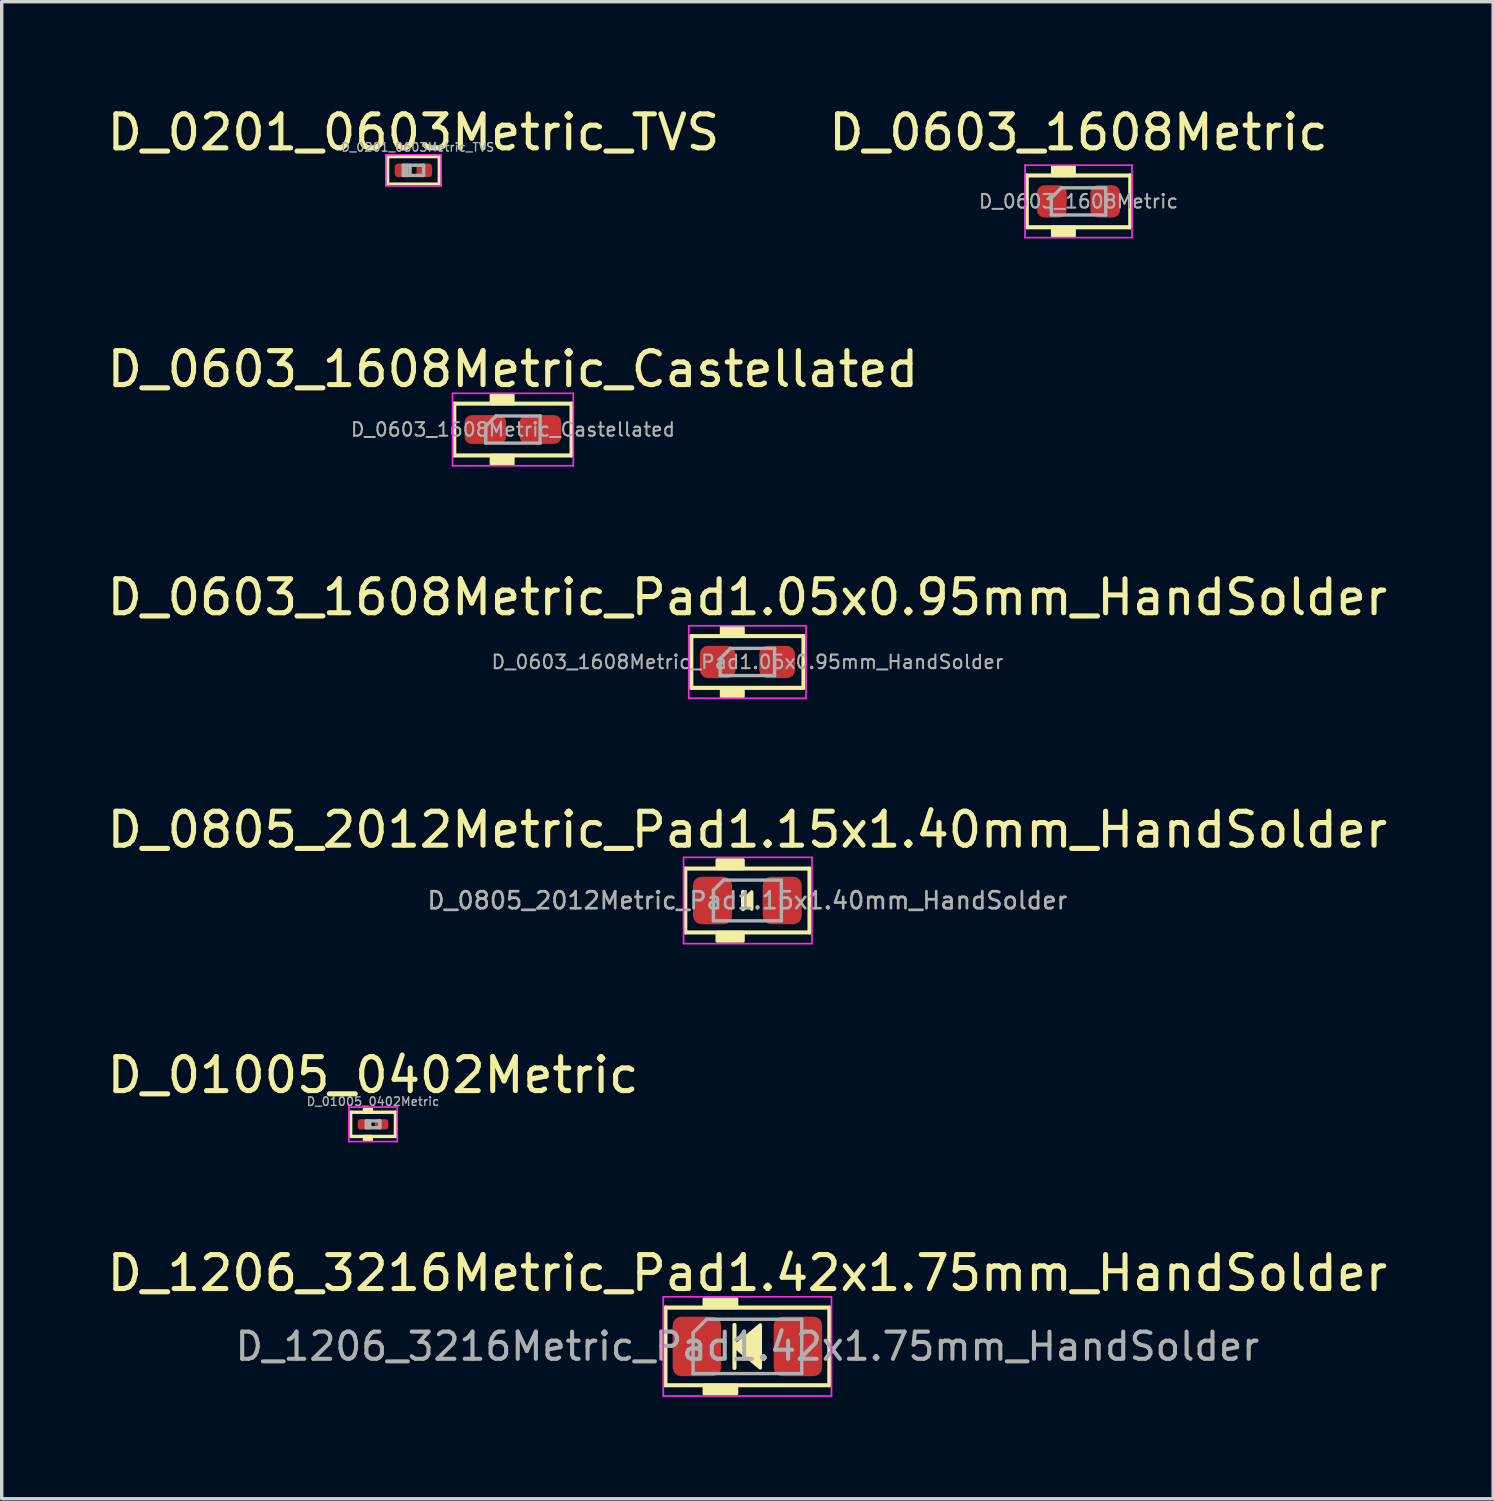
<source format=kicad_pcb>
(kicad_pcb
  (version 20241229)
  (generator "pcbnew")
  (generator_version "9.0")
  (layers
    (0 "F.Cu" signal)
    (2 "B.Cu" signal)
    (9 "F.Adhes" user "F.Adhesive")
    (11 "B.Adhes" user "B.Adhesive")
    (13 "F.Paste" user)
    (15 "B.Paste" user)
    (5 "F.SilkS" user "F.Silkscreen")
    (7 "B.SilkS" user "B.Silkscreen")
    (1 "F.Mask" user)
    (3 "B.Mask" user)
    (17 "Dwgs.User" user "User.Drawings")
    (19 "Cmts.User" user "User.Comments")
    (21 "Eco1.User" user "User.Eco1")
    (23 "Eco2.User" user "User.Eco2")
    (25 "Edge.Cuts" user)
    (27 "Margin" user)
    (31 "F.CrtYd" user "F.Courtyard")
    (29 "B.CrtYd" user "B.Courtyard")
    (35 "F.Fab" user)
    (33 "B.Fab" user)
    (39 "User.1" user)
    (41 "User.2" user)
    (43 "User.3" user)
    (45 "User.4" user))
  (footprint "D_01005_0402Metric"
    (layer "F.Cu")
    (at 7.935 30.057)
    (property "Reference" "D_01005_0402Metric" (at 0 -1.448 0) (layer "F.SilkS") (effects (font (size 1 1) (thickness 0.15))))
    (attr smd)
    (fp_line (start -0.66 -0.356) (end 0.66 -0.356) (stroke (width 0.1) (type solid)) (layer "F.SilkS"))
    (fp_line (start -0.66 0.356) (end -0.66 -0.356) (stroke (width 0.1) (type solid)) (layer "F.SilkS"))
    (fp_line (start 0.66 -0.356) (end 0.66 0.356) (stroke (width 0.1) (type solid)) (layer "F.SilkS"))
    (fp_line (start 0.66 0.356) (end -0.66 0.356) (stroke (width 0.1) (type solid)) (layer "F.SilkS"))
    (fp_poly (pts (xy -0.051 -0.356) (xy -0.254 -0.356) (xy -0.254 -0.457) (xy -0.051 -0.457)) (stroke (width 0.1) (type solid)) (fill yes) (layer "F.SilkS"))
    (fp_poly (pts (xy -0.051 0.457) (xy -0.254 0.457) (xy -0.254 0.356) (xy -0.051 0.356)) (stroke (width 0.1) (type solid)) (fill yes) (layer "F.SilkS"))
    (fp_line (start -0.711 -0.508) (end 0.711 -0.508) (stroke (width 0.05) (type solid)) (layer "F.CrtYd"))
    (fp_line (start -0.711 0.508) (end -0.711 -0.508) (stroke (width 0.05) (type solid)) (layer "F.CrtYd"))
    (fp_line (start 0.711 -0.508) (end 0.711 0.508) (stroke (width 0.05) (type solid)) (layer "F.CrtYd"))
    (fp_line (start 0.711 0.508) (end -0.711 0.508) (stroke (width 0.05) (type solid)) (layer "F.CrtYd"))
    (fp_line (start -0.2 -0.1) (end 0.2 -0.1) (stroke (width 0.1) (type solid)) (layer "F.Fab"))
    (fp_line (start -0.2 0.1) (end -0.2 -0.1) (stroke (width 0.1) (type solid)) (layer "F.Fab"))
    (fp_line (start -0.1 0.1) (end -0.1 -0.1) (stroke (width 0.1) (type solid)) (layer "F.Fab"))
    (fp_line (start 0.2 -0.1) (end 0.2 0.1) (stroke (width 0.1) (type solid)) (layer "F.Fab"))
    (fp_line (start 0.2 0.1) (end -0.2 0.1) (stroke (width 0.1) (type solid)) (layer "F.Fab"))
    (fp_text user "${REFERENCE}" (at 0 -0.671 0) (layer "F.Fab") (effects (font (size 0.25 0.25) (thickness 0.04))))
    (pad "" smd roundrect (at -0.275 0) (size 0.27 0.27) (layers "F.Paste") (roundrect_rratio 0.25))
    (pad "" smd roundrect (at 0.275 0) (size 0.27 0.27) (layers "F.Paste") (roundrect_rratio 0.25))
    (pad "1" smd roundrect (at -0.25 0) (size 0.4 0.3) (layers "F.Cu" "F.Mask") (roundrect_rratio 0.25))
    (pad "2" smd roundrect (at 0.25 0) (size 0.4 0.3) (layers "F.Cu" "F.Mask") (roundrect_rratio 0.25)))
  (footprint "D_0201_0603Metric_TVS"
    (layer "F.Cu")
    (at 9.125 1.966)
    (property "Reference" "D_0201_0603Metric_TVS" (at 0 -1.118 0) (layer "F.SilkS") (effects (font (size 1 1) (thickness 0.15))))
    (attr smd)
    (fp_line (start -0.762 -0.406) (end 0.762 -0.406) (stroke (width 0.1) (type solid)) (layer "F.SilkS"))
    (fp_line (start -0.762 0.406) (end -0.762 -0.406) (stroke (width 0.1) (type solid)) (layer "F.SilkS"))
    (fp_line (start 0.762 -0.406) (end 0.762 0.406) (stroke (width 0.1) (type solid)) (layer "F.SilkS"))
    (fp_line (start 0.762 0.406) (end -0.762 0.406) (stroke (width 0.1) (type solid)) (layer "F.SilkS"))
    (fp_line (start -0.813 -0.457) (end 0.813 -0.457) (stroke (width 0.05) (type solid)) (layer "F.CrtYd"))
    (fp_line (start -0.813 0.457) (end -0.813 -0.457) (stroke (width 0.05) (type solid)) (layer "F.CrtYd"))
    (fp_line (start 0.813 0.457) (end -0.813 0.457) (stroke (width 0.05) (type solid)) (layer "F.CrtYd"))
    (fp_line (start 0.813 0.457) (end 0.813 -0.457) (stroke (width 0.05) (type solid)) (layer "F.CrtYd"))
    (fp_line (start -0.3 -0.15) (end 0.3 -0.15) (stroke (width 0.1) (type solid)) (layer "F.Fab"))
    (fp_line (start -0.3 0.15) (end -0.3 -0.15) (stroke (width 0.1) (type solid)) (layer "F.Fab"))
    (fp_line (start -0.2 0.15) (end -0.2 -0.15) (stroke (width 0.1) (type solid)) (layer "F.Fab"))
    (fp_line (start -0.1 0.15) (end -0.1 -0.15) (stroke (width 0.1) (type solid)) (layer "F.Fab"))
    (fp_line (start 0.3 -0.15) (end 0.3 0.15) (stroke (width 0.1) (type solid)) (layer "F.Fab"))
    (fp_line (start 0.3 0.15) (end -0.3 0.15) (stroke (width 0.1) (type solid)) (layer "F.Fab"))
    (fp_text user "${REFERENCE}" (at 0.127 -0.68 0) (layer "F.Fab") (effects (font (size 0.25 0.25) (thickness 0.04))))
    (pad "" smd roundrect (at -0.345 0) (size 0.318 0.36) (layers "F.Paste") (roundrect_rratio 0.25))
    (pad "" smd roundrect (at 0.345 0) (size 0.318 0.36) (layers "F.Paste") (roundrect_rratio 0.25))
    (pad "1" smd roundrect (at -0.32 0) (size 0.46 0.4) (layers "F.Cu" "F.Mask") (roundrect_rratio 0.25))
    (pad "2" smd roundrect (at 0.32 0) (size 0.46 0.4) (layers "F.Cu" "F.Mask") (roundrect_rratio 0.25)))
  (footprint "D_0603_1608Metric_Castellated"
    (layer "F.Cu")
    (at 12.054 9.598)
    (property "Reference" "D_0603_1608Metric_Castellated" (at 0 -1.778 0) (layer "F.SilkS") (effects (font (size 1 1) (thickness 0.15))))
    (attr smd)
    (fp_line (start -1.727 -0.762) (end -1.727 0.762) (stroke (width 0.12) (type solid)) (layer "F.SilkS"))
    (fp_line (start -1.727 0.762) (end 1.727 0.762) (stroke (width 0.12) (type solid)) (layer "F.SilkS"))
    (fp_line (start 1.727 -0.762) (end -1.727 -0.762) (stroke (width 0.12) (type solid)) (layer "F.SilkS"))
    (fp_line (start 1.727 0.762) (end 1.727 -0.762) (stroke (width 0.12) (type solid)) (layer "F.SilkS"))
    (fp_poly (pts (xy 0 -0.762) (xy -0.635 -0.762) (xy -0.635 -1.016) (xy 0 -1.016)) (stroke (width 0.1) (type solid)) (fill yes) (layer "F.SilkS"))
    (fp_poly (pts (xy 0 1.016) (xy -0.635 1.016) (xy -0.635 0.762) (xy 0 0.762)) (stroke (width 0.1) (type solid)) (fill yes) (layer "F.SilkS"))
    (fp_line (start -1.778 -1.067) (end 1.778 -1.067) (stroke (width 0.05) (type solid)) (layer "F.CrtYd"))
    (fp_line (start -1.778 1.067) (end -1.778 -1.067) (stroke (width 0.05) (type solid)) (layer "F.CrtYd"))
    (fp_line (start 1.778 -1.067) (end 1.778 1.067) (stroke (width 0.05) (type solid)) (layer "F.CrtYd"))
    (fp_line (start 1.778 1.067) (end -1.778 1.067) (stroke (width 0.05) (type solid)) (layer "F.CrtYd"))
    (fp_line (start -0.8 -0.1) (end -0.8 0.4) (stroke (width 0.1) (type solid)) (layer "F.Fab"))
    (fp_line (start -0.8 0.4) (end 0.8 0.4) (stroke (width 0.1) (type solid)) (layer "F.Fab"))
    (fp_line (start -0.5 -0.4) (end -0.8 -0.1) (stroke (width 0.1) (type solid)) (layer "F.Fab"))
    (fp_line (start 0.8 -0.4) (end -0.5 -0.4) (stroke (width 0.1) (type solid)) (layer "F.Fab"))
    (fp_line (start 0.8 0.4) (end 0.8 -0.4) (stroke (width 0.1) (type solid)) (layer "F.Fab"))
    (fp_text user "${REFERENCE}" (at 0 0 0) (layer "F.Fab") (effects (font (size 0.4 0.4) (thickness 0.06))))
    (pad "1" smd roundrect (at -0.812 0) (size 1.225 0.85) (layers "F.Cu" "F.Mask" "F.Paste") (roundrect_rratio 0.25))
    (pad "2" smd roundrect (at 0.812 0) (size 1.225 0.85) (layers "F.Cu" "F.Mask" "F.Paste") (roundrect_rratio 0.25)))
  (footprint "D_0603_1608Metric"
    (layer "F.Cu")
    (at 28.708 2.88)
    (property "Reference" "D_0603_1608Metric" (at 0 -2.032 0) (layer "F.SilkS") (effects (font (size 1 1) (thickness 0.15))))
    (attr smd)
    (fp_line (start -1.524 -0.762) (end -1.524 0.762) (stroke (width 0.12) (type solid)) (layer "F.SilkS"))
    (fp_line (start -1.524 0.762) (end 1.524 0.762) (stroke (width 0.12) (type solid)) (layer "F.SilkS"))
    (fp_line (start 1.524 -0.762) (end -1.524 -0.762) (stroke (width 0.12) (type solid)) (layer "F.SilkS"))
    (fp_line (start 1.524 0.762) (end 1.524 -0.762) (stroke (width 0.12) (type solid)) (layer "F.SilkS"))
    (fp_poly (pts (xy -0.127 -0.762) (xy -0.762 -0.762) (xy -0.762 -1.016) (xy -0.127 -1.016)) (stroke (width 0.1) (type solid)) (fill yes) (layer "F.SilkS"))
    (fp_poly (pts (xy -0.127 1.016) (xy -0.762 1.016) (xy -0.762 0.762) (xy -0.127 0.762)) (stroke (width 0.1) (type solid)) (fill yes) (layer "F.SilkS"))
    (fp_line (start -1.575 -1.067) (end 1.575 -1.067) (stroke (width 0.05) (type solid)) (layer "F.CrtYd"))
    (fp_line (start -1.575 1.067) (end -1.575 -1.067) (stroke (width 0.05) (type solid)) (layer "F.CrtYd"))
    (fp_line (start 1.575 -1.067) (end 1.575 1.067) (stroke (width 0.05) (type solid)) (layer "F.CrtYd"))
    (fp_line (start 1.575 1.067) (end -1.575 1.067) (stroke (width 0.05) (type solid)) (layer "F.CrtYd"))
    (fp_line (start -0.8 -0.1) (end -0.8 0.4) (stroke (width 0.1) (type solid)) (layer "F.Fab"))
    (fp_line (start -0.8 0.4) (end 0.8 0.4) (stroke (width 0.1) (type solid)) (layer "F.Fab"))
    (fp_line (start -0.5 -0.4) (end -0.8 -0.1) (stroke (width 0.1) (type solid)) (layer "F.Fab"))
    (fp_line (start 0.8 -0.4) (end -0.5 -0.4) (stroke (width 0.1) (type solid)) (layer "F.Fab"))
    (fp_line (start 0.8 0.4) (end 0.8 -0.4) (stroke (width 0.1) (type solid)) (layer "F.Fab"))
    (fp_text user "${REFERENCE}" (at 0 0 0) (layer "F.Fab") (effects (font (size 0.4 0.4) (thickness 0.06))))
    (pad "1" smd roundrect (at -0.787 0) (size 0.875 0.95) (layers "F.Cu" "F.Mask" "F.Paste") (roundrect_rratio 0.25))
    (pad "2" smd roundrect (at 0.787 0) (size 0.875 0.95) (layers "F.Cu" "F.Mask" "F.Paste") (roundrect_rratio 0.25)))
  (footprint "D_0805_2012Metric_Pad1.15x1.40mm_HandSolder"
    (layer "F.Cu")
    (at 18.958 23.466)
    (property "Reference" "D_0805_2012Metric_Pad1.15x1.40mm_HandSolder" (at 0 -2.083 0) (layer "F.SilkS") (effects (font (size 1 1) (thickness 0.15))))
    (attr smd)
    (fp_line (start -1.829 -0.94) (end 1.829 -0.94) (stroke (width 0.12) (type solid)) (layer "F.SilkS"))
    (fp_line (start -1.829 0.94) (end -1.829 -0.94) (stroke (width 0.12) (type solid)) (layer "F.SilkS"))
    (fp_line (start -0.127 -0.254) (end -0.127 0.254) (stroke (width 0.12) (type solid)) (layer "F.SilkS"))
    (fp_line (start 1.829 -0.94) (end 1.829 0.94) (stroke (width 0.12) (type solid)) (layer "F.SilkS"))
    (fp_line (start 1.829 0.94) (end -1.829 0.94) (stroke (width 0.12) (type solid)) (layer "F.SilkS"))
    (fp_poly (pts (xy 0.127 0.254) (xy -0.127 0) (xy 0.127 -0.254)) (stroke (width 0.1) (type solid)) (fill yes) (layer "F.SilkS"))
    (fp_poly (pts (xy -0.127 -0.94) (xy -0.889 -0.94) (xy -0.889 -1.194) (xy -0.127 -1.194)) (stroke (width 0.1) (type solid)) (fill yes) (layer "F.SilkS"))
    (fp_poly (pts (xy -0.127 1.194) (xy -0.889 1.194) (xy -0.889 0.94) (xy -0.127 0.94)) (stroke (width 0.1) (type solid)) (fill yes) (layer "F.SilkS"))
    (fp_line (start -1.88 -1.27) (end 1.901 -1.27) (stroke (width 0.05) (type solid)) (layer "F.CrtYd"))
    (fp_line (start -1.88 1.27) (end -1.88 -1.27) (stroke (width 0.05) (type solid)) (layer "F.CrtYd"))
    (fp_line (start 1.901 -1.27) (end 1.901 1.27) (stroke (width 0.05) (type solid)) (layer "F.CrtYd"))
    (fp_line (start 1.901 1.27) (end -1.88 1.27) (stroke (width 0.05) (type solid)) (layer "F.CrtYd"))
    (fp_line (start -1 -0.3) (end -1 0.6) (stroke (width 0.1) (type solid)) (layer "F.Fab"))
    (fp_line (start -1 0.6) (end 1 0.6) (stroke (width 0.1) (type solid)) (layer "F.Fab"))
    (fp_line (start -0.7 -0.6) (end -1 -0.3) (stroke (width 0.1) (type solid)) (layer "F.Fab"))
    (fp_line (start 1 -0.6) (end -0.7 -0.6) (stroke (width 0.1) (type solid)) (layer "F.Fab"))
    (fp_line (start 1 0.6) (end 1 -0.6) (stroke (width 0.1) (type solid)) (layer "F.Fab"))
    (fp_text user "${REFERENCE}" (at 0 0 0) (layer "F.Fab") (effects (font (size 0.5 0.5) (thickness 0.08))))
    (pad "1" smd roundrect (at -1.025 0) (size 1.15 1.4) (layers "F.Cu" "F.Mask" "F.Paste") (roundrect_rratio 0.217))
    (pad "2" smd roundrect (at 1.025 0) (size 1.15 1.4) (layers "F.Cu" "F.Mask" "F.Paste") (roundrect_rratio 0.217)))
  (footprint "D_0603_1608Metric_Pad1.05x0.95mm_HandSolder"
    (layer "F.Cu")
    (at 18.958 16.443)
    (property "Reference" "D_0603_1608Metric_Pad1.05x0.95mm_HandSolder" (at 0 -1.905 0) (layer "F.SilkS") (effects (font (size 1 1) (thickness 0.15))))
    (attr smd)
    (fp_line (start -1.651 -0.762) (end 1.651 -0.762) (stroke (width 0.12) (type solid)) (layer "F.SilkS"))
    (fp_line (start -1.651 0.762) (end -1.651 -0.762) (stroke (width 0.12) (type solid)) (layer "F.SilkS"))
    (fp_line (start 1.651 -0.762) (end 1.651 0.762) (stroke (width 0.12) (type solid)) (layer "F.SilkS"))
    (fp_line (start 1.651 0.762) (end -1.651 0.762) (stroke (width 0.12) (type solid)) (layer "F.SilkS"))
    (fp_poly (pts (xy -0.127 -0.762) (xy -0.762 -0.762) (xy -0.762 -1.016) (xy -0.127 -1.016)) (stroke (width 0.1) (type solid)) (fill yes) (layer "F.SilkS"))
    (fp_poly (pts (xy -0.127 1.016) (xy -0.762 1.016) (xy -0.762 0.762) (xy -0.127 0.762)) (stroke (width 0.1) (type solid)) (fill yes) (layer "F.SilkS"))
    (fp_line (start -1.727 -1.067) (end 1.727 -1.067) (stroke (width 0.05) (type solid)) (layer "F.CrtYd"))
    (fp_line (start -1.727 1.067) (end -1.727 -1.067) (stroke (width 0.05) (type solid)) (layer "F.CrtYd"))
    (fp_line (start 1.727 -1.067) (end 1.727 1.067) (stroke (width 0.05) (type solid)) (layer "F.CrtYd"))
    (fp_line (start 1.727 1.067) (end -1.727 1.067) (stroke (width 0.05) (type solid)) (layer "F.CrtYd"))
    (fp_line (start -0.8 -0.1) (end -0.8 0.4) (stroke (width 0.1) (type solid)) (layer "F.Fab"))
    (fp_line (start -0.8 0.4) (end 0.8 0.4) (stroke (width 0.1) (type solid)) (layer "F.Fab"))
    (fp_line (start -0.5 -0.4) (end -0.8 -0.1) (stroke (width 0.1) (type solid)) (layer "F.Fab"))
    (fp_line (start 0.8 -0.4) (end -0.5 -0.4) (stroke (width 0.1) (type solid)) (layer "F.Fab"))
    (fp_line (start 0.8 0.4) (end 0.8 -0.4) (stroke (width 0.1) (type solid)) (layer "F.Fab"))
    (fp_text user "${REFERENCE}" (at 0 0 0) (layer "F.Fab") (effects (font (size 0.4 0.4) (thickness 0.06))))
    (pad "1" smd roundrect (at -0.875 0) (size 1.05 0.95) (layers "F.Cu" "F.Mask" "F.Paste") (roundrect_rratio 0.25))
    (pad "2" smd roundrect (at 0.875 0) (size 1.05 0.95) (layers "F.Cu" "F.Mask" "F.Paste") (roundrect_rratio 0.25)))
  (footprint "D_1206_3216Metric_Pad1.42x1.75mm_HandSolder"
    (layer "F.Cu")
    (at 18.958 36.597)
    (property "Reference" "D_1206_3216Metric_Pad1.42x1.75mm_HandSolder" (at 0 -2.159 0) (layer "F.SilkS") (effects (font (size 1 1) (thickness 0.15))))
    (attr smd)
    (fp_line (start -2.413 -1.143) (end -2.413 1.143) (stroke (width 0.12) (type solid)) (layer "F.SilkS"))
    (fp_line (start -2.413 1.143) (end 2.413 1.143) (stroke (width 0.12) (type solid)) (layer "F.SilkS"))
    (fp_line (start -0.381 -0.635) (end -0.381 0.635) (stroke (width 0.12) (type solid)) (layer "F.SilkS"))
    (fp_line (start 2.413 -1.143) (end -2.413 -1.143) (stroke (width 0.12) (type solid)) (layer "F.SilkS"))
    (fp_line (start 2.413 1.143) (end 2.413 -1.143) (stroke (width 0.12) (type solid)) (layer "F.SilkS"))
    (fp_poly (pts (xy 0.381 0.635) (xy -0.381 0) (xy 0.381 -0.635)) (stroke (width 0.1) (type solid)) (fill yes) (layer "F.SilkS"))
    (fp_poly (pts (xy -0.318 -1.143) (xy -1.27 -1.143) (xy -1.27 -1.397) (xy -0.318 -1.397)) (stroke (width 0.1) (type solid)) (fill yes) (layer "F.SilkS"))
    (fp_poly (pts (xy -0.318 1.397) (xy -1.27 1.397) (xy -1.27 1.143) (xy -0.318 1.143)) (stroke (width 0.1) (type solid)) (fill yes) (layer "F.SilkS"))
    (fp_line (start -2.477 -1.46) (end 2.477 -1.46) (stroke (width 0.05) (type solid)) (layer "F.CrtYd"))
    (fp_line (start -2.477 1.46) (end -2.477 -1.46) (stroke (width 0.05) (type solid)) (layer "F.CrtYd"))
    (fp_line (start 2.477 -1.46) (end 2.477 1.46) (stroke (width 0.05) (type solid)) (layer "F.CrtYd"))
    (fp_line (start 2.477 1.46) (end -2.477 1.46) (stroke (width 0.05) (type solid)) (layer "F.CrtYd"))
    (fp_line (start -1.6 -0.4) (end -1.6 0.8) (stroke (width 0.1) (type solid)) (layer "F.Fab"))
    (fp_line (start -1.6 0.8) (end 1.6 0.8) (stroke (width 0.1) (type solid)) (layer "F.Fab"))
    (fp_line (start -1.2 -0.8) (end -1.6 -0.4) (stroke (width 0.1) (type solid)) (layer "F.Fab"))
    (fp_line (start 1.6 -0.8) (end -1.2 -0.8) (stroke (width 0.1) (type solid)) (layer "F.Fab"))
    (fp_line (start 1.6 0.8) (end 1.6 -0.8) (stroke (width 0.1) (type solid)) (layer "F.Fab"))
    (fp_text user "${REFERENCE}" (at 0 0 0) (layer "F.Fab") (effects (font (size 0.8 0.8) (thickness 0.12))))
    (pad "1" smd roundrect (at -1.488 0) (size 1.425 1.75) (layers "F.Cu" "F.Mask" "F.Paste") (roundrect_rratio 0.175))
    (pad "2" smd roundrect (at 1.488 0) (size 1.425 1.75) (layers "F.Cu" "F.Mask" "F.Paste") (roundrect_rratio 0.175)))
  (gr_rect
    (start -3 -3)
    (end 40.917 41.083)
    (stroke (width 0.1) (type default))
    (fill no)
    (layer "Edge.Cuts")))
</source>
